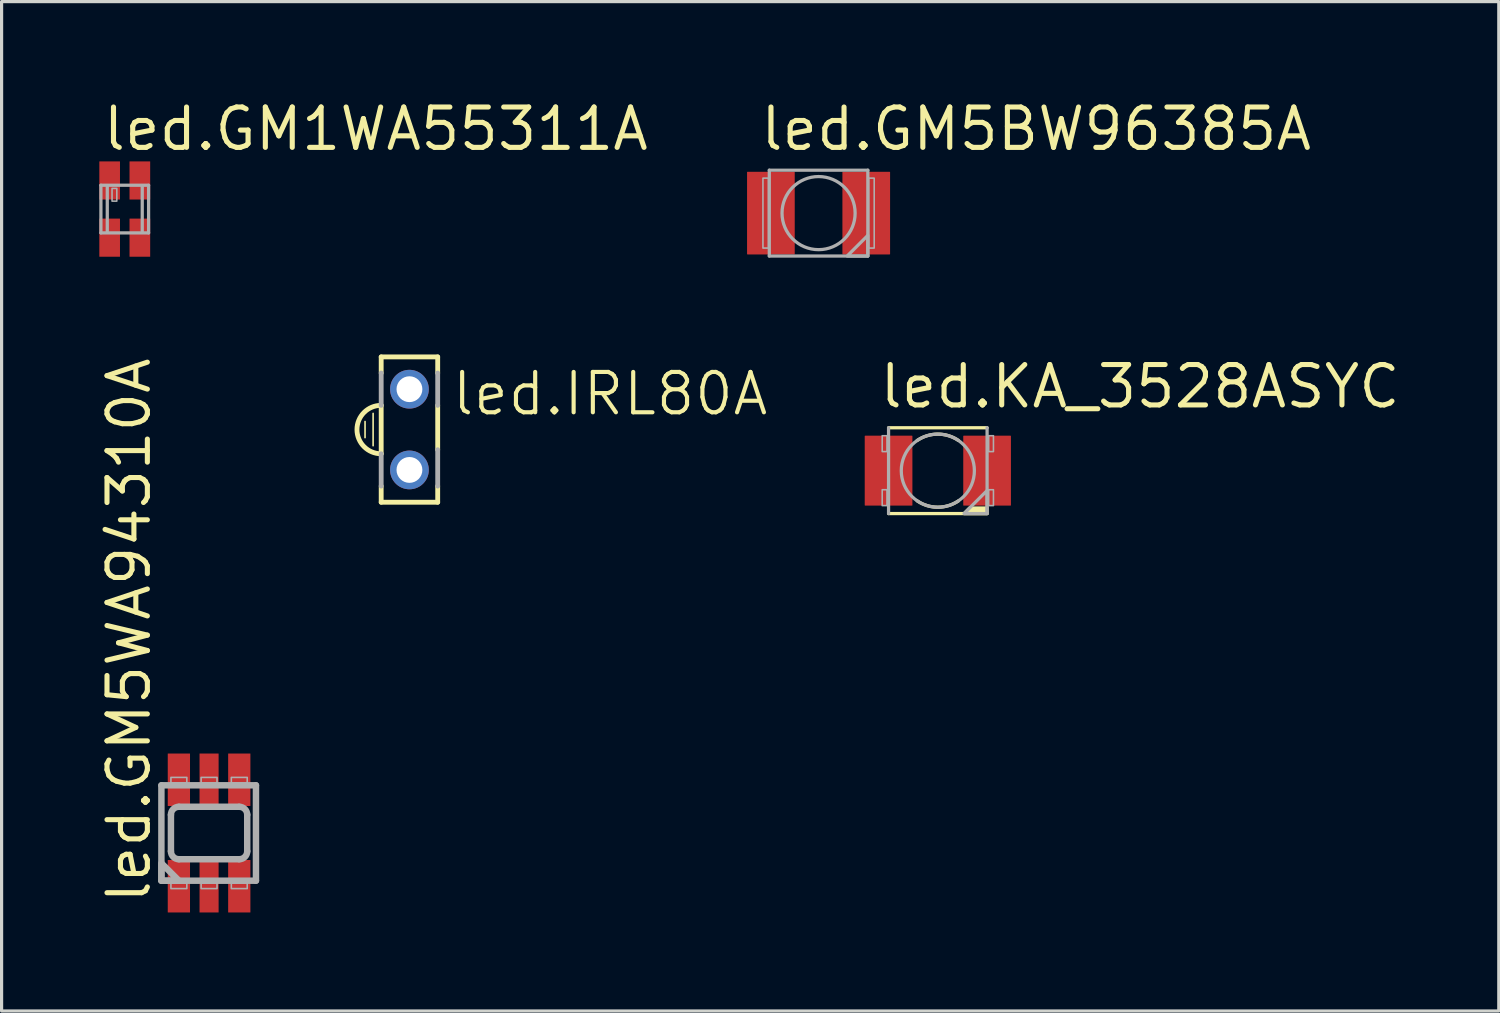
<source format=kicad_pcb>
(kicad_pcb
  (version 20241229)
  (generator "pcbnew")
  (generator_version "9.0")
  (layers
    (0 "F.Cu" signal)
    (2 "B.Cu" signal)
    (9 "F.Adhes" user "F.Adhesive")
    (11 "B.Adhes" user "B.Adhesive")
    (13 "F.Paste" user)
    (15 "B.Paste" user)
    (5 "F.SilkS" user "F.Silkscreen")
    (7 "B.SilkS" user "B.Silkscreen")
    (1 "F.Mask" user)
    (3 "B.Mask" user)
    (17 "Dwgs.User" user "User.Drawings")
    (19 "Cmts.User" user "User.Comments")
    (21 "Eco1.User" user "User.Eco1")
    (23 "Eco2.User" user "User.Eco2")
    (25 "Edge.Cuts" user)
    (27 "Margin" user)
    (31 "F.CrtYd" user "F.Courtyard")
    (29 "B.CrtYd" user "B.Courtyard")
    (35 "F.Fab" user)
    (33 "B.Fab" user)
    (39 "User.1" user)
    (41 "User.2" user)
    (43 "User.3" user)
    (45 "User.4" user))
  (footprint "led.GM5BW96385A"
    (layer "F.Cu")
    (at 22.704 3.655)
    (property "Reference" "led.GM5BW96385A" (at -1.905 -1.905 0) (layer "F.SilkS") (effects (font (size 1.27 1.27) (thickness 0.16)) (justify left bottom)))
    (attr smd)
    (fp_line (start -1.55 -1.35) (end 1.55 -1.35) (stroke (width 0.102) (type default)) (layer "F.Fab"))
    (fp_line (start -1.55 1.35) (end -1.55 -1.35) (stroke (width 0.102) (type default)) (layer "F.Fab"))
    (fp_line (start 1.55 -1.35) (end 1.55 1.35) (stroke (width 0.102) (type default)) (layer "F.Fab"))
    (fp_line (start 1.55 1.35) (end -1.55 1.35) (stroke (width 0.102) (type default)) (layer "F.Fab"))
    (fp_rect (start -1.75 1.1) (end -1.575 -1.1) (stroke (width 0.05) (type default)) (fill no) (layer "F.Fab"))
    (fp_rect (start 1.575 1.1) (end 1.75 -1.1) (stroke (width 0.05) (type default)) (fill no) (layer "F.Fab"))
    (fp_circle (center 0 0) (end 1.15 0) (stroke (width 0.102) (type default)) (fill no) (layer "F.Fab"))
    (fp_poly (pts (xy 1.55 1.35) (xy 1.55 0.7) (xy 0.9 1.35)) (stroke (width 0.102) (type default)) (fill no) (layer "F.Fab"))
    (pad "A" smd roundrect (at -1.5 0) (size 1.5 2.6) (layers "F.Cu" "F.Mask" "F.Paste") (roundrect_rratio 0.01))
    (pad "C" smd roundrect (at 1.5 0 180) (size 1.5 2.6) (layers "F.Cu" "F.Mask" "F.Paste") (roundrect_rratio 0.01)))
  (footprint "led.GM5WA94310A"
    (layer "F.Cu")
    (at 3.528 23.158)
    (property "Reference" "led.GM5WA94310A" (at -1.778 2.286 90) (layer "F.SilkS") (effects (font (size 1.27 1.27) (thickness 0.16)) (justify left bottom)))
    (attr smd)
    (fp_rect (start -1.375 -0.775) (end -0.525 -2.575) (stroke (width 0.05) (type default)) (fill yes) (layer "F.Mask"))
    (fp_rect (start -1.375 2.575) (end -0.525 0.775) (stroke (width 0.05) (type default)) (fill yes) (layer "F.Mask"))
    (fp_rect (start -0.375 -0.775) (end 0.375 -2.575) (stroke (width 0.05) (type default)) (fill yes) (layer "F.Mask"))
    (fp_rect (start -0.375 2.575) (end 0.375 0.775) (stroke (width 0.05) (type default)) (fill yes) (layer "F.Mask"))
    (fp_rect (start 0.525 -0.775) (end 1.375 -2.575) (stroke (width 0.05) (type default)) (fill yes) (layer "F.Mask"))
    (fp_rect (start 0.525 2.575) (end 1.375 0.775) (stroke (width 0.05) (type default)) (fill yes) (layer "F.Mask"))
    (fp_line (start -1.5 -1.5) (end -1.5 1.5) (stroke (width 0.203) (type default)) (layer "F.Fab"))
    (fp_line (start -1.5 1.5) (end 1.475 1.5) (stroke (width 0.203) (type default)) (layer "F.Fab"))
    (fp_line (start -1.2 -0.575) (end -1.2 0.575) (stroke (width 0.203) (type default)) (layer "F.Fab"))
    (fp_line (start -0.95 -0.825) (end 0.95 -0.825) (stroke (width 0.203) (type default)) (layer "F.Fab"))
    (fp_line (start 0.95 0.825) (end -0.95 0.825) (stroke (width 0.203) (type default)) (layer "F.Fab"))
    (fp_line (start 1.2 -0.575) (end 1.2 0.575) (stroke (width 0.203) (type default)) (layer "F.Fab"))
    (fp_line (start 1.475 -1.5) (end -1.5 -1.5) (stroke (width 0.203) (type default)) (layer "F.Fab"))
    (fp_line (start 1.475 1.5) (end 1.475 -1.5) (stroke (width 0.203) (type default)) (layer "F.Fab"))
    (fp_rect (start -1.2 -1.575) (end -0.7 -1.75) (stroke (width 0.05) (type default)) (fill no) (layer "F.Fab"))
    (fp_rect (start -1.2 1.75) (end -0.7 1.575) (stroke (width 0.05) (type default)) (fill no) (layer "F.Fab"))
    (fp_rect (start -0.25 -1.575) (end 0.25 -1.75) (stroke (width 0.05) (type default)) (fill no) (layer "F.Fab"))
    (fp_rect (start -0.25 1.75) (end 0.25 1.575) (stroke (width 0.05) (type default)) (fill no) (layer "F.Fab"))
    (fp_rect (start 0.7 -1.575) (end 1.2 -1.75) (stroke (width 0.05) (type default)) (fill no) (layer "F.Fab"))
    (fp_rect (start 0.7 1.75) (end 1.2 1.575) (stroke (width 0.05) (type default)) (fill no) (layer "F.Fab"))
    (fp_arc (start -1.2 -0.575) (mid -1.126777 -0.751777) (end -0.95 -0.825) (stroke (width 0.2032) (type default)) (layer "F.Fab"))
    (fp_arc (start -0.95 0.825) (mid -1.126777 0.751777) (end -1.2 0.575) (stroke (width 0.2032) (type default)) (layer "F.Fab"))
    (fp_arc (start 0.95 -0.825) (mid 1.126777 -0.751777) (end 1.2 -0.575) (stroke (width 0.2032) (type default)) (layer "F.Fab"))
    (fp_arc (start 1.2 0.575) (mid 1.126777 0.751777) (end 0.95 0.825) (stroke (width 0.2032) (type default)) (layer "F.Fab"))
    (fp_poly (pts (xy -1.5 1.5) (xy -1.025 1.5) (xy -0.95 1.5) (xy -1.5 0.95)) (stroke (width 0.203) (type default)) (fill no) (layer "F.Fab"))
    (pad "1" smd roundrect (at -0.95 1.675) (size 0.7 1.65) (layers "F.Cu" "F.Mask" "F.Paste") (roundrect_rratio 0.01))
    (pad "2" smd roundrect (at 0 1.675) (size 0.6 1.65) (layers "F.Cu" "F.Mask" "F.Paste") (roundrect_rratio 0.01))
    (pad "3" smd roundrect (at 0.95 1.675) (size 0.7 1.65) (layers "F.Cu" "F.Mask" "F.Paste") (roundrect_rratio 0.01))
    (pad "4" smd roundrect (at 0.95 -1.675 180) (size 0.7 1.65) (layers "F.Cu" "F.Mask" "F.Paste") (roundrect_rratio 0.01))
    (pad "5" smd roundrect (at 0 -1.675 180) (size 0.6 1.65) (layers "F.Cu" "F.Mask" "F.Paste") (roundrect_rratio 0.01))
    (pad "6" smd roundrect (at -0.95 -1.675 180) (size 0.7 1.65) (layers "F.Cu" "F.Mask" "F.Paste") (roundrect_rratio 0.01)))
  (footprint "led.KA_3528ASYC"
    (layer "F.Cu")
    (at 26.456 11.758)
    (property "Reference" "led.KA_3528ASYC" (at -1.905 -1.905 0) (layer "F.SilkS") (effects (font (size 1.27 1.27) (thickness 0.16)) (justify left bottom)))
    (attr smd)
    (fp_line (start -1.55 -1.35) (end 1.55 -1.35) (stroke (width 0.102) (type default)) (layer "F.SilkS"))
    (fp_line (start 1.55 1.35) (end -1.55 1.35) (stroke (width 0.102) (type default)) (layer "F.SilkS"))
    (fp_arc (start -0.65 -0.95) (mid 0 -1.149991) (end 0.65 -0.95) (stroke (width 0.1016) (type default)) (layer "F.SilkS"))
    (fp_arc (start 0.65 0.95) (mid 0 1.149991) (end -0.65 0.95) (stroke (width 0.1016) (type default)) (layer "F.SilkS"))
    (fp_poly (pts (xy 1.55 1.35) (xy 1.55 1.175) (xy 1 1.175) (xy 0.825 1.35)) (stroke (width 0.102) (type default)) (fill yes) (layer "F.SilkS"))
    (fp_line (start -1.55 1.35) (end -1.55 -1.35) (stroke (width 0.102) (type default)) (layer "F.Fab"))
    (fp_line (start 1.55 -1.35) (end 1.55 1.35) (stroke (width 0.102) (type default)) (layer "F.Fab"))
    (fp_rect (start -1.75 -0.6) (end -1.6 -1.1) (stroke (width 0.05) (type default)) (fill no) (layer "F.Fab"))
    (fp_rect (start -1.75 1.1) (end -1.6 0.6) (stroke (width 0.05) (type default)) (fill no) (layer "F.Fab"))
    (fp_rect (start 1.6 -0.6) (end 1.75 -1.1) (stroke (width 0.05) (type default)) (fill no) (layer "F.Fab"))
    (fp_rect (start 1.6 1.1) (end 1.75 0.6) (stroke (width 0.05) (type default)) (fill no) (layer "F.Fab"))
    (fp_circle (center 0 0) (end 1.15 0) (stroke (width 0.102) (type default)) (fill no) (layer "F.Fab"))
    (fp_poly (pts (xy 1.55 1.35) (xy 1.55 0.625) (xy 0.825 1.35)) (stroke (width 0.102) (type default)) (fill no) (layer "F.Fab"))
    (pad "A" smd roundrect (at -1.55 0) (size 1.5 2.2) (layers "F.Cu" "F.Mask" "F.Paste") (roundrect_rratio 0.01))
    (pad "C" smd roundrect (at 1.55 0) (size 1.5 2.2) (layers "F.Cu" "F.Mask" "F.Paste") (roundrect_rratio 0.01)))
  (footprint "led.IRL80A"
    (layer "F.Cu")
    (at 9.832 10.465)
    (property "Reference" "led.IRL80A" (at 1.27 -0.381 0) (layer "F.SilkS") (effects (font (size 1.27 1.27) (thickness 0.13)) (justify left bottom)))
    (attr through_hole)
    (fp_line (start -1.397 -0.254) (end -1.397 0.254) (stroke (width 0.051) (type default)) (layer "F.SilkS"))
    (fp_line (start -1.143 -0.508) (end -1.143 0.508) (stroke (width 0.051) (type default)) (layer "F.SilkS"))
    (fp_line (start -0.889 -2.286) (end -0.889 -1.778) (stroke (width 0.152) (type default)) (layer "F.SilkS"))
    (fp_line (start -0.889 -2.286) (end 0.889 -2.286) (stroke (width 0.152) (type default)) (layer "F.SilkS"))
    (fp_line (start -0.889 -0.762) (end -0.889 0.762) (stroke (width 0.152) (type default)) (layer "F.SilkS"))
    (fp_line (start -0.889 1.778) (end -0.889 2.286) (stroke (width 0.152) (type default)) (layer "F.SilkS"))
    (fp_line (start 0.889 -2.286) (end 0.889 -1.778) (stroke (width 0.152) (type default)) (layer "F.SilkS"))
    (fp_line (start 0.889 -0.762) (end 0.889 0.635) (stroke (width 0.152) (type default)) (layer "F.SilkS"))
    (fp_line (start 0.889 1.778) (end 0.889 2.286) (stroke (width 0.152) (type default)) (layer "F.SilkS"))
    (fp_line (start 0.889 2.286) (end -0.889 2.286) (stroke (width 0.152) (type default)) (layer "F.SilkS"))
    (fp_arc (start -0.889 0.762) (mid -1.651 0) (end -0.889 -0.762) (stroke (width 0.1524) (type default)) (layer "F.SilkS"))
    (fp_line (start -0.889 -1.778) (end -0.889 -0.762) (stroke (width 0.152) (type default)) (layer "F.Fab"))
    (fp_line (start -0.889 0.762) (end -0.889 1.778) (stroke (width 0.152) (type default)) (layer "F.Fab"))
    (fp_line (start 0.889 -1.778) (end 0.889 -0.762) (stroke (width 0.152) (type default)) (layer "F.Fab"))
    (fp_line (start 0.889 0.635) (end 0.889 1.778) (stroke (width 0.152) (type default)) (layer "F.Fab"))
    (pad "A" thru_hole circle (at 0 1.27) (size 1.219 1.219) (drill 0.813) (layers "*.Cu" "*.Mask"))
    (pad "K" thru_hole circle (at 0 -1.27) (size 1.219 1.219) (drill 0.813) (layers "*.Cu" "*.Mask")))
  (footprint "led.GM1WA55311A"
    (layer "F.Cu")
    (at 0.875 3.528)
    (property "Reference" "led.GM1WA55311A" (at -0.762 -1.778 0) (layer "F.SilkS") (effects (font (size 1.27 1.27) (thickness 0.16)) (justify left bottom)))
    (attr smd)
    (fp_rect (start -0.85 -0.25) (end -0.1 -1.55) (stroke (width 0.05) (type default)) (fill yes) (layer "F.Mask"))
    (fp_rect (start -0.85 1.55) (end -0.1 0.25) (stroke (width 0.05) (type default)) (fill yes) (layer "F.Mask"))
    (fp_rect (start 0.1 -0.25) (end 0.85 -1.55) (stroke (width 0.05) (type default)) (fill yes) (layer "F.Mask"))
    (fp_rect (start 0.1 1.55) (end 0.85 0.25) (stroke (width 0.05) (type default)) (fill yes) (layer "F.Mask"))
    (fp_rect (start -0.775 -0.325) (end -0.175 -1.45) (stroke (width 0.05) (type default)) (fill yes) (layer "F.Paste"))
    (fp_rect (start -0.775 1.45) (end -0.175 0.325) (stroke (width 0.05) (type default)) (fill yes) (layer "F.Paste"))
    (fp_rect (start 0.175 -0.325) (end 0.775 -1.45) (stroke (width 0.05) (type default)) (fill yes) (layer "F.Paste"))
    (fp_rect (start 0.175 1.45) (end 0.775 0.325) (stroke (width 0.05) (type default)) (fill yes) (layer "F.Paste"))
    (fp_line (start -0.75 -0.75) (end -0.75 0.75) (stroke (width 0.102) (type default)) (layer "F.Fab"))
    (fp_line (start -0.75 0.75) (end 0.75 0.75) (stroke (width 0.102) (type default)) (layer "F.Fab"))
    (fp_line (start -0.55 -0.7) (end -0.55 0.7) (stroke (width 0.102) (type default)) (layer "F.Fab"))
    (fp_line (start 0.55 0.7) (end 0.55 -0.7) (stroke (width 0.102) (type default)) (layer "F.Fab"))
    (fp_line (start 0.75 -0.75) (end -0.75 -0.75) (stroke (width 0.102) (type default)) (layer "F.Fab"))
    (fp_line (start 0.75 0.75) (end 0.75 -0.75) (stroke (width 0.102) (type default)) (layer "F.Fab"))
    (fp_rect (start -0.4 -0.25) (end -0.25 -0.65) (stroke (width 0.05) (type default)) (fill no) (layer "F.Fab"))
    (pad "1" smd roundrect (at -0.475 -0.9) (size 0.65 1.2) (layers "F.Cu" "F.Mask" "F.Paste") (roundrect_rratio 0.01))
    (pad "2" smd roundrect (at -0.475 0.9) (size 0.65 1.2) (layers "F.Cu" "F.Mask" "F.Paste") (roundrect_rratio 0.01))
    (pad "3" smd roundrect (at 0.475 0.9) (size 0.65 1.2) (layers "F.Cu" "F.Mask" "F.Paste") (roundrect_rratio 0.01))
    (pad "4" smd roundrect (at 0.475 -0.9) (size 0.65 1.2) (layers "F.Cu" "F.Mask" "F.Paste") (roundrect_rratio 0.01)))
  (gr_rect
    (start -3 -3)
    (end 44.105 28.758)
    (stroke (width 0.1) (type default))
    (fill no)
    (layer "Edge.Cuts")))
</source>
